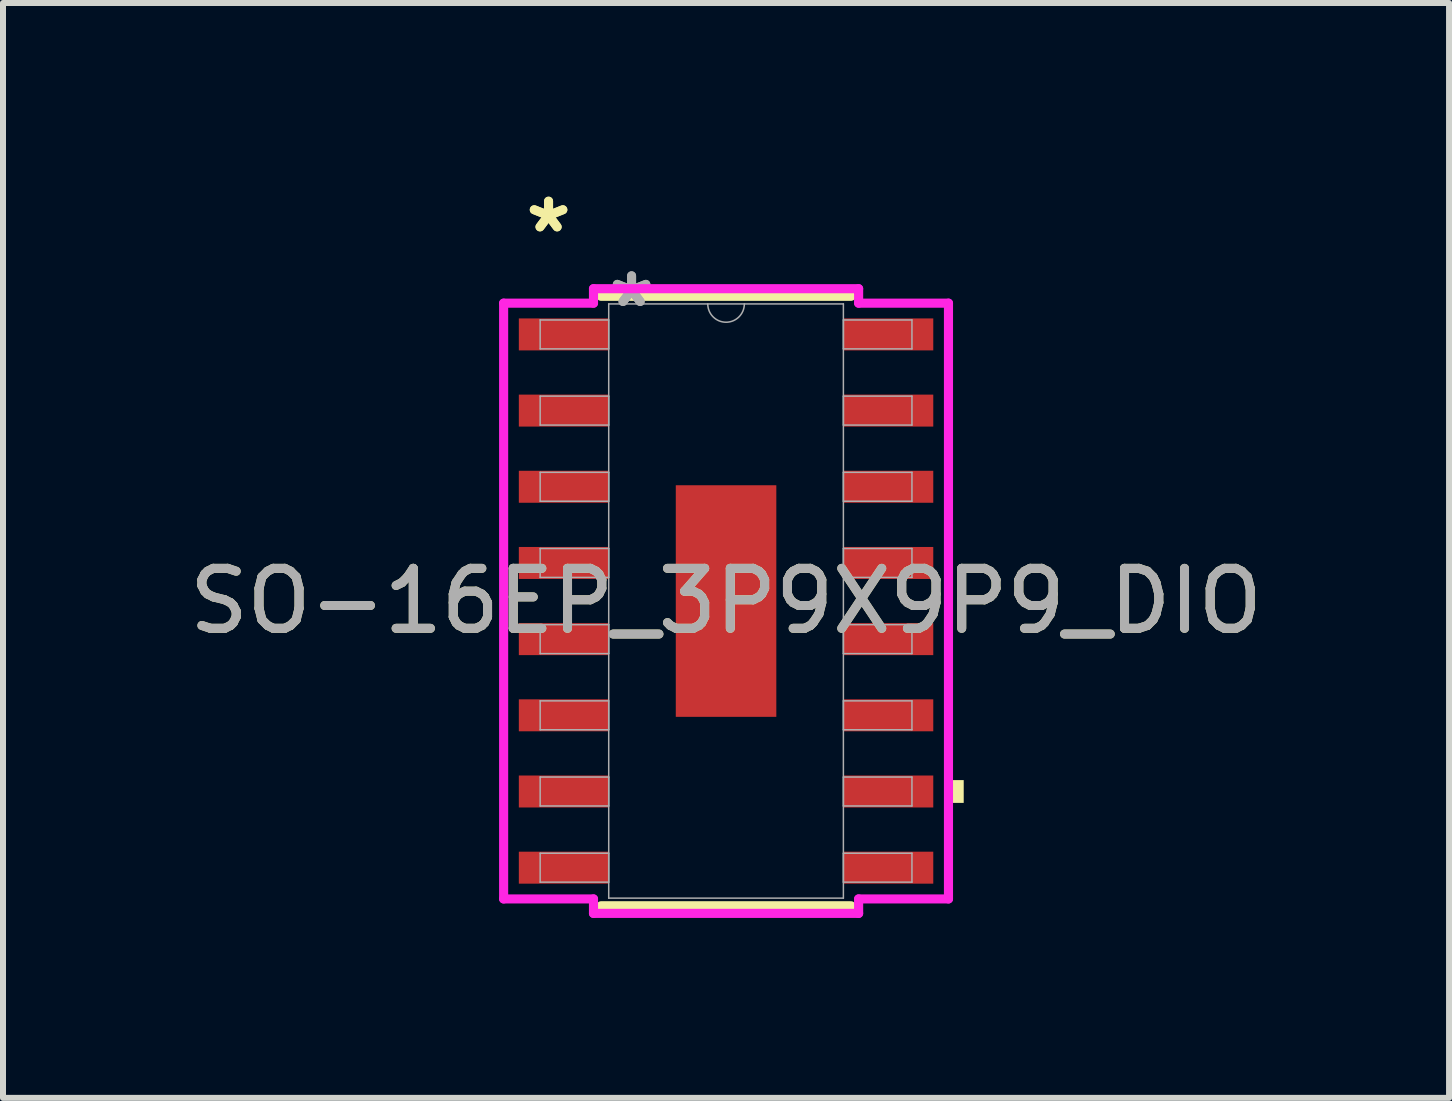
<source format=kicad_pcb>
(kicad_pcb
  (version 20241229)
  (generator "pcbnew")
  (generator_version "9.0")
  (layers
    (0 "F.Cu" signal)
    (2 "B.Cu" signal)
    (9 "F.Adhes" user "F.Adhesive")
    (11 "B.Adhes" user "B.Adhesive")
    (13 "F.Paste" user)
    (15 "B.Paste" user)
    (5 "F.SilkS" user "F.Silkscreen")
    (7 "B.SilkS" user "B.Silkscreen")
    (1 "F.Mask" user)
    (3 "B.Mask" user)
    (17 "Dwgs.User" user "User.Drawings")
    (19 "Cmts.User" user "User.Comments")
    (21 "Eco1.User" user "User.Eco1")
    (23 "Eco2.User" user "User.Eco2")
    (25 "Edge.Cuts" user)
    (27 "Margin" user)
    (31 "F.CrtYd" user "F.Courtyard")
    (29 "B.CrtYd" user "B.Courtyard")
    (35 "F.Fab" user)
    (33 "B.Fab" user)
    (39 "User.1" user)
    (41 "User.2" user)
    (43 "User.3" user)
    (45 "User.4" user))
  (footprint "SO-16EP_3P9X9P9_DIO"
    (layer "F.Cu")
    (at 9.054 6.97)
    (property "Reference" "SO-16EP_3P9X9P9_DIO" (at 0 0 0) (unlocked yes) (layer "F.SilkS") (effects (font (size 1 1) (thickness 0.15))))
    (attr smd)
    (fp_line (start -2.083 5.08) (end 2.083 5.08) (stroke (width 0.152) (type solid)) (layer "F.SilkS"))
    (fp_line (start 2.083 -5.08) (end -2.083 -5.08) (stroke (width 0.152) (type solid)) (layer "F.SilkS"))
    (fp_poly (pts (xy 3.962 2.985) (xy 3.962 3.365) (xy 3.708 3.365) (xy 3.708 2.985)) (stroke (width 0) (type solid)) (fill yes) (layer "F.SilkS"))
    (fp_poly (pts (xy -0.738 -1.83) (xy -0.738 -0.743) (xy 0.738 -0.743) (xy 0.738 -1.83)) (stroke (width 0) (type solid)) (fill yes) (layer "F.Paste"))
    (fp_poly (pts (xy -0.738 -0.543) (xy -0.738 0.543) (xy 0.738 0.543) (xy 0.738 -0.543)) (stroke (width 0) (type solid)) (fill yes) (layer "F.Paste"))
    (fp_poly (pts (xy -0.738 0.743) (xy -0.738 1.83) (xy 0.738 1.83) (xy 0.738 0.743)) (stroke (width 0) (type solid)) (fill yes) (layer "F.Paste"))
    (fp_line (start -3.708 -4.966) (end -2.21 -4.966) (stroke (width 0.152) (type solid)) (layer "F.CrtYd"))
    (fp_line (start -3.708 4.966) (end -3.708 -4.966) (stroke (width 0.152) (type solid)) (layer "F.CrtYd"))
    (fp_line (start -3.708 4.966) (end -2.21 4.966) (stroke (width 0.152) (type solid)) (layer "F.CrtYd"))
    (fp_line (start -2.21 -5.207) (end 2.21 -5.207) (stroke (width 0.152) (type solid)) (layer "F.CrtYd"))
    (fp_line (start -2.21 -4.966) (end -2.21 -5.207) (stroke (width 0.152) (type solid)) (layer "F.CrtYd"))
    (fp_line (start -2.21 5.207) (end -2.21 4.966) (stroke (width 0.152) (type solid)) (layer "F.CrtYd"))
    (fp_line (start 2.21 -5.207) (end 2.21 -4.966) (stroke (width 0.152) (type solid)) (layer "F.CrtYd"))
    (fp_line (start 2.21 4.966) (end 2.21 5.207) (stroke (width 0.152) (type solid)) (layer "F.CrtYd"))
    (fp_line (start 2.21 5.207) (end -2.21 5.207) (stroke (width 0.152) (type solid)) (layer "F.CrtYd"))
    (fp_line (start 3.708 -4.966) (end 2.21 -4.966) (stroke (width 0.152) (type solid)) (layer "F.CrtYd"))
    (fp_line (start 3.708 -4.966) (end 3.708 4.966) (stroke (width 0.152) (type solid)) (layer "F.CrtYd"))
    (fp_line (start 3.708 4.966) (end 2.21 4.966) (stroke (width 0.152) (type solid)) (layer "F.CrtYd"))
    (fp_line (start -3.099 -4.686) (end -3.099 -4.204) (stroke (width 0.025) (type solid)) (layer "F.Fab"))
    (fp_line (start -3.099 -4.204) (end -1.956 -4.204) (stroke (width 0.025) (type solid)) (layer "F.Fab"))
    (fp_line (start -3.099 -3.416) (end -3.099 -2.934) (stroke (width 0.025) (type solid)) (layer "F.Fab"))
    (fp_line (start -3.099 -2.934) (end -1.956 -2.934) (stroke (width 0.025) (type solid)) (layer "F.Fab"))
    (fp_line (start -3.099 -2.146) (end -3.099 -1.664) (stroke (width 0.025) (type solid)) (layer "F.Fab"))
    (fp_line (start -3.099 -1.664) (end -1.956 -1.664) (stroke (width 0.025) (type solid)) (layer "F.Fab"))
    (fp_line (start -3.099 -0.876) (end -3.099 -0.394) (stroke (width 0.025) (type solid)) (layer "F.Fab"))
    (fp_line (start -3.099 -0.394) (end -1.956 -0.394) (stroke (width 0.025) (type solid)) (layer "F.Fab"))
    (fp_line (start -3.099 0.394) (end -3.099 0.876) (stroke (width 0.025) (type solid)) (layer "F.Fab"))
    (fp_line (start -3.099 0.876) (end -1.956 0.876) (stroke (width 0.025) (type solid)) (layer "F.Fab"))
    (fp_line (start -3.099 1.664) (end -3.099 2.146) (stroke (width 0.025) (type solid)) (layer "F.Fab"))
    (fp_line (start -3.099 2.146) (end -1.956 2.146) (stroke (width 0.025) (type solid)) (layer "F.Fab"))
    (fp_line (start -3.099 2.934) (end -3.099 3.416) (stroke (width 0.025) (type solid)) (layer "F.Fab"))
    (fp_line (start -3.099 3.416) (end -1.956 3.416) (stroke (width 0.025) (type solid)) (layer "F.Fab"))
    (fp_line (start -3.099 4.204) (end -3.099 4.686) (stroke (width 0.025) (type solid)) (layer "F.Fab"))
    (fp_line (start -3.099 4.686) (end -1.956 4.686) (stroke (width 0.025) (type solid)) (layer "F.Fab"))
    (fp_line (start -1.956 -4.953) (end -1.956 4.953) (stroke (width 0.025) (type solid)) (layer "F.Fab"))
    (fp_line (start -1.956 -4.686) (end -3.099 -4.686) (stroke (width 0.025) (type solid)) (layer "F.Fab"))
    (fp_line (start -1.956 -4.204) (end -1.956 -4.686) (stroke (width 0.025) (type solid)) (layer "F.Fab"))
    (fp_line (start -1.956 -3.416) (end -3.099 -3.416) (stroke (width 0.025) (type solid)) (layer "F.Fab"))
    (fp_line (start -1.956 -2.934) (end -1.956 -3.416) (stroke (width 0.025) (type solid)) (layer "F.Fab"))
    (fp_line (start -1.956 -2.146) (end -3.099 -2.146) (stroke (width 0.025) (type solid)) (layer "F.Fab"))
    (fp_line (start -1.956 -1.664) (end -1.956 -2.146) (stroke (width 0.025) (type solid)) (layer "F.Fab"))
    (fp_line (start -1.956 -0.876) (end -3.099 -0.876) (stroke (width 0.025) (type solid)) (layer "F.Fab"))
    (fp_line (start -1.956 -0.394) (end -1.956 -0.876) (stroke (width 0.025) (type solid)) (layer "F.Fab"))
    (fp_line (start -1.956 0.394) (end -3.099 0.394) (stroke (width 0.025) (type solid)) (layer "F.Fab"))
    (fp_line (start -1.956 0.876) (end -1.956 0.394) (stroke (width 0.025) (type solid)) (layer "F.Fab"))
    (fp_line (start -1.956 1.664) (end -3.099 1.664) (stroke (width 0.025) (type solid)) (layer "F.Fab"))
    (fp_line (start -1.956 2.146) (end -1.956 1.664) (stroke (width 0.025) (type solid)) (layer "F.Fab"))
    (fp_line (start -1.956 2.934) (end -3.099 2.934) (stroke (width 0.025) (type solid)) (layer "F.Fab"))
    (fp_line (start -1.956 3.416) (end -1.956 2.934) (stroke (width 0.025) (type solid)) (layer "F.Fab"))
    (fp_line (start -1.956 4.204) (end -3.099 4.204) (stroke (width 0.025) (type solid)) (layer "F.Fab"))
    (fp_line (start -1.956 4.686) (end -1.956 4.204) (stroke (width 0.025) (type solid)) (layer "F.Fab"))
    (fp_line (start -1.956 4.953) (end 1.956 4.953) (stroke (width 0.025) (type solid)) (layer "F.Fab"))
    (fp_line (start 1.956 -4.953) (end -1.956 -4.953) (stroke (width 0.025) (type solid)) (layer "F.Fab"))
    (fp_line (start 1.956 -4.686) (end 1.956 -4.204) (stroke (width 0.025) (type solid)) (layer "F.Fab"))
    (fp_line (start 1.956 -4.204) (end 3.099 -4.204) (stroke (width 0.025) (type solid)) (layer "F.Fab"))
    (fp_line (start 1.956 -3.416) (end 1.956 -2.934) (stroke (width 0.025) (type solid)) (layer "F.Fab"))
    (fp_line (start 1.956 -2.934) (end 3.099 -2.934) (stroke (width 0.025) (type solid)) (layer "F.Fab"))
    (fp_line (start 1.956 -2.146) (end 1.956 -1.664) (stroke (width 0.025) (type solid)) (layer "F.Fab"))
    (fp_line (start 1.956 -1.664) (end 3.099 -1.664) (stroke (width 0.025) (type solid)) (layer "F.Fab"))
    (fp_line (start 1.956 -0.876) (end 1.956 -0.394) (stroke (width 0.025) (type solid)) (layer "F.Fab"))
    (fp_line (start 1.956 -0.394) (end 3.099 -0.394) (stroke (width 0.025) (type solid)) (layer "F.Fab"))
    (fp_line (start 1.956 0.394) (end 1.956 0.876) (stroke (width 0.025) (type solid)) (layer "F.Fab"))
    (fp_line (start 1.956 0.876) (end 3.099 0.876) (stroke (width 0.025) (type solid)) (layer "F.Fab"))
    (fp_line (start 1.956 1.664) (end 1.956 2.146) (stroke (width 0.025) (type solid)) (layer "F.Fab"))
    (fp_line (start 1.956 2.146) (end 3.099 2.146) (stroke (width 0.025) (type solid)) (layer "F.Fab"))
    (fp_line (start 1.956 2.934) (end 1.956 3.416) (stroke (width 0.025) (type solid)) (layer "F.Fab"))
    (fp_line (start 1.956 3.416) (end 3.099 3.416) (stroke (width 0.025) (type solid)) (layer "F.Fab"))
    (fp_line (start 1.956 4.204) (end 1.956 4.686) (stroke (width 0.025) (type solid)) (layer "F.Fab"))
    (fp_line (start 1.956 4.686) (end 3.099 4.686) (stroke (width 0.025) (type solid)) (layer "F.Fab"))
    (fp_line (start 1.956 4.953) (end 1.956 -4.953) (stroke (width 0.025) (type solid)) (layer "F.Fab"))
    (fp_line (start 3.099 -4.686) (end 1.956 -4.686) (stroke (width 0.025) (type solid)) (layer "F.Fab"))
    (fp_line (start 3.099 -4.204) (end 3.099 -4.686) (stroke (width 0.025) (type solid)) (layer "F.Fab"))
    (fp_line (start 3.099 -3.416) (end 1.956 -3.416) (stroke (width 0.025) (type solid)) (layer "F.Fab"))
    (fp_line (start 3.099 -2.934) (end 3.099 -3.416) (stroke (width 0.025) (type solid)) (layer "F.Fab"))
    (fp_line (start 3.099 -2.146) (end 1.956 -2.146) (stroke (width 0.025) (type solid)) (layer "F.Fab"))
    (fp_line (start 3.099 -1.664) (end 3.099 -2.146) (stroke (width 0.025) (type solid)) (layer "F.Fab"))
    (fp_line (start 3.099 -0.876) (end 1.956 -0.876) (stroke (width 0.025) (type solid)) (layer "F.Fab"))
    (fp_line (start 3.099 -0.394) (end 3.099 -0.876) (stroke (width 0.025) (type solid)) (layer "F.Fab"))
    (fp_line (start 3.099 0.394) (end 1.956 0.394) (stroke (width 0.025) (type solid)) (layer "F.Fab"))
    (fp_line (start 3.099 0.876) (end 3.099 0.394) (stroke (width 0.025) (type solid)) (layer "F.Fab"))
    (fp_line (start 3.099 1.664) (end 1.956 1.664) (stroke (width 0.025) (type solid)) (layer "F.Fab"))
    (fp_line (start 3.099 2.146) (end 3.099 1.664) (stroke (width 0.025) (type solid)) (layer "F.Fab"))
    (fp_line (start 3.099 2.934) (end 1.956 2.934) (stroke (width 0.025) (type solid)) (layer "F.Fab"))
    (fp_line (start 3.099 3.416) (end 3.099 2.934) (stroke (width 0.025) (type solid)) (layer "F.Fab"))
    (fp_line (start 3.099 4.204) (end 1.956 4.204) (stroke (width 0.025) (type solid)) (layer "F.Fab"))
    (fp_line (start 3.099 4.686) (end 3.099 4.204) (stroke (width 0.025) (type solid)) (layer "F.Fab"))
    (fp_arc (start 0.3048 -4.953) (mid 0 -4.6482) (end -0.3048 -4.953) (stroke (width 0.0254) (type solid)) (layer "F.Fab"))
    (fp_text user "*" (at -2.959 -6.121 0) (layer "F.SilkS") (effects (font (size 1 1) (thickness 0.15))))
    (fp_text user "*" (at -2.959 -6.121 0) (unlocked yes) (layer "F.SilkS") (effects (font (size 1 1) (thickness 0.15))))
    (fp_text user "*" (at -1.575 -4.877 0) (unlocked yes) (layer "F.Fab") (effects (font (size 1 1) (thickness 0.15))))
    (fp_text user "*" (at -1.575 -4.877 0) (layer "F.Fab") (effects (font (size 1 1) (thickness 0.15))))
    (fp_text user "${REFERENCE}" (at 0 0 0) (unlocked yes) (layer "F.Fab") (effects (font (size 1 1) (thickness 0.15))))
    (pad "1" smd rect (at -2.705 -4.445) (size 1.499 0.533) (layers "F.Cu" "F.Mask" "F.Paste"))
    (pad "2" smd rect (at -2.705 -3.175) (size 1.499 0.533) (layers "F.Cu" "F.Mask" "F.Paste"))
    (pad "3" smd rect (at -2.705 -1.905) (size 1.499 0.533) (layers "F.Cu" "F.Mask" "F.Paste"))
    (pad "4" smd rect (at -2.705 -0.635) (size 1.499 0.533) (layers "F.Cu" "F.Mask" "F.Paste"))
    (pad "5" smd rect (at -2.705 0.635) (size 1.499 0.533) (layers "F.Cu" "F.Mask" "F.Paste"))
    (pad "6" smd rect (at -2.705 1.905) (size 1.499 0.533) (layers "F.Cu" "F.Mask" "F.Paste"))
    (pad "7" smd rect (at -2.705 3.175) (size 1.499 0.533) (layers "F.Cu" "F.Mask" "F.Paste"))
    (pad "8" smd rect (at -2.705 4.445) (size 1.499 0.533) (layers "F.Cu" "F.Mask" "F.Paste"))
    (pad "9" smd rect (at 2.705 4.445) (size 1.499 0.533) (layers "F.Cu" "F.Mask" "F.Paste"))
    (pad "10" smd rect (at 2.705 3.175) (size 1.499 0.533) (layers "F.Cu" "F.Mask" "F.Paste"))
    (pad "11" smd rect (at 2.705 1.905) (size 1.499 0.533) (layers "F.Cu" "F.Mask" "F.Paste"))
    (pad "12" smd rect (at 2.705 0.635) (size 1.499 0.533) (layers "F.Cu" "F.Mask" "F.Paste"))
    (pad "13" smd rect (at 2.705 -0.635) (size 1.499 0.533) (layers "F.Cu" "F.Mask" "F.Paste"))
    (pad "14" smd rect (at 2.705 -1.905) (size 1.499 0.533) (layers "F.Cu" "F.Mask" "F.Paste"))
    (pad "15" smd rect (at 2.705 -3.175) (size 1.499 0.533) (layers "F.Cu" "F.Mask" "F.Paste"))
    (pad "16" smd rect (at 2.705 -4.445) (size 1.499 0.533) (layers "F.Cu" "F.Mask" "F.Paste"))
    (pad "EPAD" smd rect (at 0 0) (size 1.676 3.861) (layers "F.Cu" "F.Mask")))
  (gr_rect
    (start -3 -3)
    (end 21.107 15.253)
    (stroke (width 0.1) (type default))
    (fill no)
    (layer "Edge.Cuts")))
</source>
